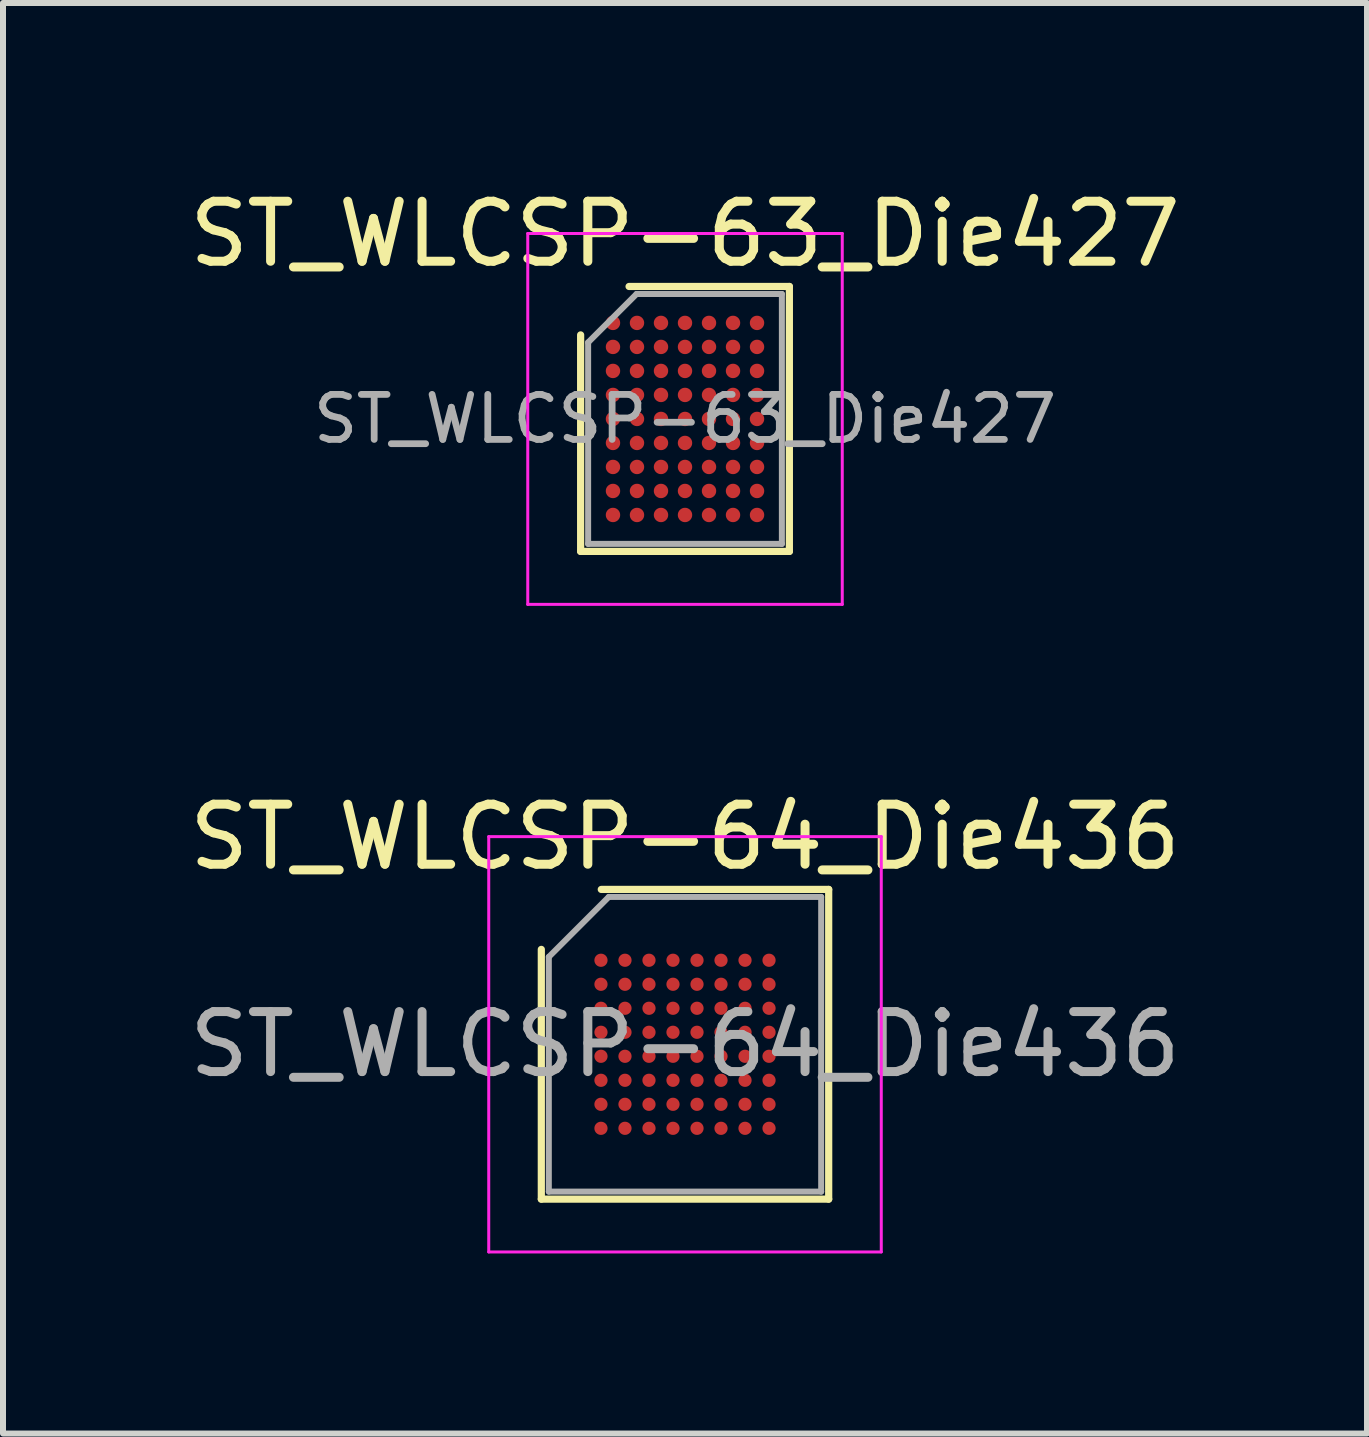
<source format=kicad_pcb>
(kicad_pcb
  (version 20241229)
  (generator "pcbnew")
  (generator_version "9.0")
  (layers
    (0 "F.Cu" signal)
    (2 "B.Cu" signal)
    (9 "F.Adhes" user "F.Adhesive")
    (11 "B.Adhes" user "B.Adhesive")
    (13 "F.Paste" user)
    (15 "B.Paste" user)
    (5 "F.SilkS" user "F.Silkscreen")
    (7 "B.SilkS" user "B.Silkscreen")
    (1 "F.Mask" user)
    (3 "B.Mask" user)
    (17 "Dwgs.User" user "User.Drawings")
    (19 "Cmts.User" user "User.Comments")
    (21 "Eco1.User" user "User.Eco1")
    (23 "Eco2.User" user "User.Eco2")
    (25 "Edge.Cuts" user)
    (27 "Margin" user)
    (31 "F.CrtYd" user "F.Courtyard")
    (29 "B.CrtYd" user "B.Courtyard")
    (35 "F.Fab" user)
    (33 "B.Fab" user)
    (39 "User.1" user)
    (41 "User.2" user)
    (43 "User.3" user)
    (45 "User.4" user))
  (footprint "ST_WLCSP-64_Die436"
    (layer "F.Cu")
    (at 8.363 14.349)
    (property "Reference" "ST_WLCSP-64_Die436" (at 0 -3.455 0) (layer "F.SilkS") (effects (font (size 1 1) (thickness 0.15))))
    (attr smd)
    (fp_line (start -2.394 2.58) (end -2.394 -1.581) (stroke (width 0.12) (type solid)) (layer "F.SilkS"))
    (fp_line (start -1.395 -2.58) (end 2.394 -2.58) (stroke (width 0.12) (type solid)) (layer "F.SilkS"))
    (fp_line (start 2.394 -2.58) (end 2.394 2.58) (stroke (width 0.12) (type solid)) (layer "F.SilkS"))
    (fp_line (start 2.394 2.58) (end -2.394 2.58) (stroke (width 0.12) (type solid)) (layer "F.SilkS"))
    (fp_line (start -3.27 -3.46) (end -3.27 3.46) (stroke (width 0.05) (type solid)) (layer "F.CrtYd"))
    (fp_line (start -3.27 3.46) (end 3.27 3.46) (stroke (width 0.05) (type solid)) (layer "F.CrtYd"))
    (fp_line (start 3.27 -3.46) (end -3.27 -3.46) (stroke (width 0.05) (type solid)) (layer "F.CrtYd"))
    (fp_line (start 3.27 3.46) (end 3.27 -3.46) (stroke (width 0.05) (type solid)) (layer "F.CrtYd"))
    (fp_line (start -2.269 -1.456) (end -1.27 -2.455) (stroke (width 0.1) (type solid)) (layer "F.Fab"))
    (fp_line (start -2.269 2.455) (end -2.269 -1.456) (stroke (width 0.1) (type solid)) (layer "F.Fab"))
    (fp_line (start -1.27 -2.455) (end 2.269 -2.455) (stroke (width 0.1) (type solid)) (layer "F.Fab"))
    (fp_line (start 2.269 -2.455) (end 2.269 2.455) (stroke (width 0.1) (type solid)) (layer "F.Fab"))
    (fp_line (start 2.269 2.455) (end -2.269 2.455) (stroke (width 0.1) (type solid)) (layer "F.Fab"))
    (fp_text user "${REFERENCE}" (at 0 0 0) (layer "F.Fab") (effects (font (size 1 1) (thickness 0.15))))
    (pad "A1" smd circle (at -1.4 -1.4) (size 0.22 0.22) (layers "F.Cu" "F.Mask" "F.Paste"))
    (pad "A2" smd circle (at -1 -1.4) (size 0.22 0.22) (layers "F.Cu" "F.Mask" "F.Paste"))
    (pad "A3" smd circle (at -0.6 -1.4) (size 0.22 0.22) (layers "F.Cu" "F.Mask" "F.Paste"))
    (pad "A4" smd circle (at -0.2 -1.4) (size 0.22 0.22) (layers "F.Cu" "F.Mask" "F.Paste"))
    (pad "A5" smd circle (at 0.2 -1.4) (size 0.22 0.22) (layers "F.Cu" "F.Mask" "F.Paste"))
    (pad "A6" smd circle (at 0.6 -1.4) (size 0.22 0.22) (layers "F.Cu" "F.Mask" "F.Paste"))
    (pad "A7" smd circle (at 1 -1.4) (size 0.22 0.22) (layers "F.Cu" "F.Mask" "F.Paste"))
    (pad "A8" smd circle (at 1.4 -1.4) (size 0.22 0.22) (layers "F.Cu" "F.Mask" "F.Paste"))
    (pad "B1" smd circle (at -1.4 -1) (size 0.22 0.22) (layers "F.Cu" "F.Mask" "F.Paste"))
    (pad "B2" smd circle (at -1 -1) (size 0.22 0.22) (layers "F.Cu" "F.Mask" "F.Paste"))
    (pad "B3" smd circle (at -0.6 -1) (size 0.22 0.22) (layers "F.Cu" "F.Mask" "F.Paste"))
    (pad "B4" smd circle (at -0.2 -1) (size 0.22 0.22) (layers "F.Cu" "F.Mask" "F.Paste"))
    (pad "B5" smd circle (at 0.2 -1) (size 0.22 0.22) (layers "F.Cu" "F.Mask" "F.Paste"))
    (pad "B6" smd circle (at 0.6 -1) (size 0.22 0.22) (layers "F.Cu" "F.Mask" "F.Paste"))
    (pad "B7" smd circle (at 1 -1) (size 0.22 0.22) (layers "F.Cu" "F.Mask" "F.Paste"))
    (pad "B8" smd circle (at 1.4 -1) (size 0.22 0.22) (layers "F.Cu" "F.Mask" "F.Paste"))
    (pad "C1" smd circle (at -1.4 -0.6) (size 0.22 0.22) (layers "F.Cu" "F.Mask" "F.Paste"))
    (pad "C2" smd circle (at -1 -0.6) (size 0.22 0.22) (layers "F.Cu" "F.Mask" "F.Paste"))
    (pad "C3" smd circle (at -0.6 -0.6) (size 0.22 0.22) (layers "F.Cu" "F.Mask" "F.Paste"))
    (pad "C4" smd circle (at -0.2 -0.6) (size 0.22 0.22) (layers "F.Cu" "F.Mask" "F.Paste"))
    (pad "C5" smd circle (at 0.2 -0.6) (size 0.22 0.22) (layers "F.Cu" "F.Mask" "F.Paste"))
    (pad "C6" smd circle (at 0.6 -0.6) (size 0.22 0.22) (layers "F.Cu" "F.Mask" "F.Paste"))
    (pad "C7" smd circle (at 1 -0.6) (size 0.22 0.22) (layers "F.Cu" "F.Mask" "F.Paste"))
    (pad "C8" smd circle (at 1.4 -0.6) (size 0.22 0.22) (layers "F.Cu" "F.Mask" "F.Paste"))
    (pad "D1" smd circle (at -1.4 -0.2) (size 0.22 0.22) (layers "F.Cu" "F.Mask" "F.Paste"))
    (pad "D2" smd circle (at -1 -0.2) (size 0.22 0.22) (layers "F.Cu" "F.Mask" "F.Paste"))
    (pad "D3" smd circle (at -0.6 -0.2) (size 0.22 0.22) (layers "F.Cu" "F.Mask" "F.Paste"))
    (pad "D4" smd circle (at -0.2 -0.2) (size 0.22 0.22) (layers "F.Cu" "F.Mask" "F.Paste"))
    (pad "D5" smd circle (at 0.2 -0.2) (size 0.22 0.22) (layers "F.Cu" "F.Mask" "F.Paste"))
    (pad "D6" smd circle (at 0.6 -0.2) (size 0.22 0.22) (layers "F.Cu" "F.Mask" "F.Paste"))
    (pad "D7" smd circle (at 1 -0.2) (size 0.22 0.22) (layers "F.Cu" "F.Mask" "F.Paste"))
    (pad "D8" smd circle (at 1.4 -0.2) (size 0.22 0.22) (layers "F.Cu" "F.Mask" "F.Paste"))
    (pad "E1" smd circle (at -1.4 0.2) (size 0.22 0.22) (layers "F.Cu" "F.Mask" "F.Paste"))
    (pad "E2" smd circle (at -1 0.2) (size 0.22 0.22) (layers "F.Cu" "F.Mask" "F.Paste"))
    (pad "E3" smd circle (at -0.6 0.2) (size 0.22 0.22) (layers "F.Cu" "F.Mask" "F.Paste"))
    (pad "E4" smd circle (at -0.2 0.2) (size 0.22 0.22) (layers "F.Cu" "F.Mask" "F.Paste"))
    (pad "E5" smd circle (at 0.2 0.2) (size 0.22 0.22) (layers "F.Cu" "F.Mask" "F.Paste"))
    (pad "E6" smd circle (at 0.6 0.2) (size 0.22 0.22) (layers "F.Cu" "F.Mask" "F.Paste"))
    (pad "E7" smd circle (at 1 0.2) (size 0.22 0.22) (layers "F.Cu" "F.Mask" "F.Paste"))
    (pad "E8" smd circle (at 1.4 0.2) (size 0.22 0.22) (layers "F.Cu" "F.Mask" "F.Paste"))
    (pad "F1" smd circle (at -1.4 0.6) (size 0.22 0.22) (layers "F.Cu" "F.Mask" "F.Paste"))
    (pad "F2" smd circle (at -1 0.6) (size 0.22 0.22) (layers "F.Cu" "F.Mask" "F.Paste"))
    (pad "F3" smd circle (at -0.6 0.6) (size 0.22 0.22) (layers "F.Cu" "F.Mask" "F.Paste"))
    (pad "F4" smd circle (at -0.2 0.6) (size 0.22 0.22) (layers "F.Cu" "F.Mask" "F.Paste"))
    (pad "F5" smd circle (at 0.2 0.6) (size 0.22 0.22) (layers "F.Cu" "F.Mask" "F.Paste"))
    (pad "F6" smd circle (at 0.6 0.6) (size 0.22 0.22) (layers "F.Cu" "F.Mask" "F.Paste"))
    (pad "F7" smd circle (at 1 0.6) (size 0.22 0.22) (layers "F.Cu" "F.Mask" "F.Paste"))
    (pad "F8" smd circle (at 1.4 0.6) (size 0.22 0.22) (layers "F.Cu" "F.Mask" "F.Paste"))
    (pad "G1" smd circle (at -1.4 1) (size 0.22 0.22) (layers "F.Cu" "F.Mask" "F.Paste"))
    (pad "G2" smd circle (at -1 1) (size 0.22 0.22) (layers "F.Cu" "F.Mask" "F.Paste"))
    (pad "G3" smd circle (at -0.6 1) (size 0.22 0.22) (layers "F.Cu" "F.Mask" "F.Paste"))
    (pad "G4" smd circle (at -0.2 1) (size 0.22 0.22) (layers "F.Cu" "F.Mask" "F.Paste"))
    (pad "G5" smd circle (at 0.2 1) (size 0.22 0.22) (layers "F.Cu" "F.Mask" "F.Paste"))
    (pad "G6" smd circle (at 0.6 1) (size 0.22 0.22) (layers "F.Cu" "F.Mask" "F.Paste"))
    (pad "G7" smd circle (at 1 1) (size 0.22 0.22) (layers "F.Cu" "F.Mask" "F.Paste"))
    (pad "G8" smd circle (at 1.4 1) (size 0.22 0.22) (layers "F.Cu" "F.Mask" "F.Paste"))
    (pad "H1" smd circle (at -1.4 1.4) (size 0.22 0.22) (layers "F.Cu" "F.Mask" "F.Paste"))
    (pad "H2" smd circle (at -1 1.4) (size 0.22 0.22) (layers "F.Cu" "F.Mask" "F.Paste"))
    (pad "H3" smd circle (at -0.6 1.4) (size 0.22 0.22) (layers "F.Cu" "F.Mask" "F.Paste"))
    (pad "H4" smd circle (at -0.2 1.4) (size 0.22 0.22) (layers "F.Cu" "F.Mask" "F.Paste"))
    (pad "H5" smd circle (at 0.2 1.4) (size 0.22 0.22) (layers "F.Cu" "F.Mask" "F.Paste"))
    (pad "H6" smd circle (at 0.6 1.4) (size 0.22 0.22) (layers "F.Cu" "F.Mask" "F.Paste"))
    (pad "H7" smd circle (at 1 1.4) (size 0.22 0.22) (layers "F.Cu" "F.Mask" "F.Paste"))
    (pad "H8" smd circle (at 1.4 1.4) (size 0.22 0.22) (layers "F.Cu" "F.Mask" "F.Paste")))
  (footprint "ST_WLCSP-63_Die427"
    (layer "F.Cu")
    (at 8.363 3.93)
    (property "Reference" "ST_WLCSP-63_Die427" (at 0 -3.082 0) (layer "F.SilkS") (effects (font (size 1 1) (thickness 0.15))))
    (attr smd)
    (fp_line (start -1.739 2.207) (end -1.739 -1.4) (stroke (width 0.12) (type solid)) (layer "F.SilkS"))
    (fp_line (start -0.932 -2.207) (end 1.739 -2.207) (stroke (width 0.12) (type solid)) (layer "F.SilkS"))
    (fp_line (start 1.739 -2.207) (end 1.739 2.207) (stroke (width 0.12) (type solid)) (layer "F.SilkS"))
    (fp_line (start 1.739 2.207) (end -1.739 2.207) (stroke (width 0.12) (type solid)) (layer "F.SilkS"))
    (fp_line (start -2.62 -3.09) (end -2.62 3.09) (stroke (width 0.05) (type solid)) (layer "F.CrtYd"))
    (fp_line (start -2.62 3.09) (end 2.62 3.09) (stroke (width 0.05) (type solid)) (layer "F.CrtYd"))
    (fp_line (start 2.62 -3.09) (end -2.62 -3.09) (stroke (width 0.05) (type solid)) (layer "F.CrtYd"))
    (fp_line (start 2.62 3.09) (end 2.62 -3.09) (stroke (width 0.05) (type solid)) (layer "F.CrtYd"))
    (fp_line (start -1.614 -1.275) (end -0.807 -2.082) (stroke (width 0.1) (type solid)) (layer "F.Fab"))
    (fp_line (start -1.614 2.082) (end -1.614 -1.275) (stroke (width 0.1) (type solid)) (layer "F.Fab"))
    (fp_line (start -0.807 -2.082) (end 1.614 -2.082) (stroke (width 0.1) (type solid)) (layer "F.Fab"))
    (fp_line (start 1.614 -2.082) (end 1.614 2.082) (stroke (width 0.1) (type solid)) (layer "F.Fab"))
    (fp_line (start 1.614 2.082) (end -1.614 2.082) (stroke (width 0.1) (type solid)) (layer "F.Fab"))
    (fp_text user "${REFERENCE}" (at 0 0 0) (layer "F.Fab") (effects (font (size 0.75 0.75) (thickness 0.113))))
    (pad "A1" smd circle (at -1.2 -1.6) (size 0.24 0.24) (layers "F.Cu" "F.Mask" "F.Paste"))
    (pad "A2" smd circle (at -0.8 -1.6) (size 0.24 0.24) (layers "F.Cu" "F.Mask" "F.Paste"))
    (pad "A3" smd circle (at -0.4 -1.6) (size 0.24 0.24) (layers "F.Cu" "F.Mask" "F.Paste"))
    (pad "A4" smd circle (at 0 -1.6) (size 0.24 0.24) (layers "F.Cu" "F.Mask" "F.Paste"))
    (pad "A5" smd circle (at 0.4 -1.6) (size 0.24 0.24) (layers "F.Cu" "F.Mask" "F.Paste"))
    (pad "A6" smd circle (at 0.8 -1.6) (size 0.24 0.24) (layers "F.Cu" "F.Mask" "F.Paste"))
    (pad "A7" smd circle (at 1.2 -1.6) (size 0.24 0.24) (layers "F.Cu" "F.Mask" "F.Paste"))
    (pad "B1" smd circle (at -1.2 -1.2) (size 0.24 0.24) (layers "F.Cu" "F.Mask" "F.Paste"))
    (pad "B2" smd circle (at -0.8 -1.2) (size 0.24 0.24) (layers "F.Cu" "F.Mask" "F.Paste"))
    (pad "B3" smd circle (at -0.4 -1.2) (size 0.24 0.24) (layers "F.Cu" "F.Mask" "F.Paste"))
    (pad "B4" smd circle (at 0 -1.2) (size 0.24 0.24) (layers "F.Cu" "F.Mask" "F.Paste"))
    (pad "B5" smd circle (at 0.4 -1.2) (size 0.24 0.24) (layers "F.Cu" "F.Mask" "F.Paste"))
    (pad "B6" smd circle (at 0.8 -1.2) (size 0.24 0.24) (layers "F.Cu" "F.Mask" "F.Paste"))
    (pad "B7" smd circle (at 1.2 -1.2) (size 0.24 0.24) (layers "F.Cu" "F.Mask" "F.Paste"))
    (pad "C1" smd circle (at -1.2 -0.8) (size 0.24 0.24) (layers "F.Cu" "F.Mask" "F.Paste"))
    (pad "C2" smd circle (at -0.8 -0.8) (size 0.24 0.24) (layers "F.Cu" "F.Mask" "F.Paste"))
    (pad "C3" smd circle (at -0.4 -0.8) (size 0.24 0.24) (layers "F.Cu" "F.Mask" "F.Paste"))
    (pad "C4" smd circle (at 0 -0.8) (size 0.24 0.24) (layers "F.Cu" "F.Mask" "F.Paste"))
    (pad "C5" smd circle (at 0.4 -0.8) (size 0.24 0.24) (layers "F.Cu" "F.Mask" "F.Paste"))
    (pad "C6" smd circle (at 0.8 -0.8) (size 0.24 0.24) (layers "F.Cu" "F.Mask" "F.Paste"))
    (pad "C7" smd circle (at 1.2 -0.8) (size 0.24 0.24) (layers "F.Cu" "F.Mask" "F.Paste"))
    (pad "D1" smd circle (at -1.2 -0.4) (size 0.24 0.24) (layers "F.Cu" "F.Mask" "F.Paste"))
    (pad "D2" smd circle (at -0.8 -0.4) (size 0.24 0.24) (layers "F.Cu" "F.Mask" "F.Paste"))
    (pad "D3" smd circle (at -0.4 -0.4) (size 0.24 0.24) (layers "F.Cu" "F.Mask" "F.Paste"))
    (pad "D4" smd circle (at 0 -0.4) (size 0.24 0.24) (layers "F.Cu" "F.Mask" "F.Paste"))
    (pad "D5" smd circle (at 0.4 -0.4) (size 0.24 0.24) (layers "F.Cu" "F.Mask" "F.Paste"))
    (pad "D6" smd circle (at 0.8 -0.4) (size 0.24 0.24) (layers "F.Cu" "F.Mask" "F.Paste"))
    (pad "D7" smd circle (at 1.2 -0.4) (size 0.24 0.24) (layers "F.Cu" "F.Mask" "F.Paste"))
    (pad "E1" smd circle (at -1.2 0) (size 0.24 0.24) (layers "F.Cu" "F.Mask" "F.Paste"))
    (pad "E2" smd circle (at -0.8 0) (size 0.24 0.24) (layers "F.Cu" "F.Mask" "F.Paste"))
    (pad "E3" smd circle (at -0.4 0) (size 0.24 0.24) (layers "F.Cu" "F.Mask" "F.Paste"))
    (pad "E4" smd circle (at 0 0) (size 0.24 0.24) (layers "F.Cu" "F.Mask" "F.Paste"))
    (pad "E5" smd circle (at 0.4 0) (size 0.24 0.24) (layers "F.Cu" "F.Mask" "F.Paste"))
    (pad "E6" smd circle (at 0.8 0) (size 0.24 0.24) (layers "F.Cu" "F.Mask" "F.Paste"))
    (pad "E7" smd circle (at 1.2 0) (size 0.24 0.24) (layers "F.Cu" "F.Mask" "F.Paste"))
    (pad "F1" smd circle (at -1.2 0.4) (size 0.24 0.24) (layers "F.Cu" "F.Mask" "F.Paste"))
    (pad "F2" smd circle (at -0.8 0.4) (size 0.24 0.24) (layers "F.Cu" "F.Mask" "F.Paste"))
    (pad "F3" smd circle (at -0.4 0.4) (size 0.24 0.24) (layers "F.Cu" "F.Mask" "F.Paste"))
    (pad "F4" smd circle (at 0 0.4) (size 0.24 0.24) (layers "F.Cu" "F.Mask" "F.Paste"))
    (pad "F5" smd circle (at 0.4 0.4) (size 0.24 0.24) (layers "F.Cu" "F.Mask" "F.Paste"))
    (pad "F6" smd circle (at 0.8 0.4) (size 0.24 0.24) (layers "F.Cu" "F.Mask" "F.Paste"))
    (pad "F7" smd circle (at 1.2 0.4) (size 0.24 0.24) (layers "F.Cu" "F.Mask" "F.Paste"))
    (pad "G1" smd circle (at -1.2 0.8) (size 0.24 0.24) (layers "F.Cu" "F.Mask" "F.Paste"))
    (pad "G2" smd circle (at -0.8 0.8) (size 0.24 0.24) (layers "F.Cu" "F.Mask" "F.Paste"))
    (pad "G3" smd circle (at -0.4 0.8) (size 0.24 0.24) (layers "F.Cu" "F.Mask" "F.Paste"))
    (pad "G4" smd circle (at 0 0.8) (size 0.24 0.24) (layers "F.Cu" "F.Mask" "F.Paste"))
    (pad "G5" smd circle (at 0.4 0.8) (size 0.24 0.24) (layers "F.Cu" "F.Mask" "F.Paste"))
    (pad "G6" smd circle (at 0.8 0.8) (size 0.24 0.24) (layers "F.Cu" "F.Mask" "F.Paste"))
    (pad "G7" smd circle (at 1.2 0.8) (size 0.24 0.24) (layers "F.Cu" "F.Mask" "F.Paste"))
    (pad "H1" smd circle (at -1.2 1.2) (size 0.24 0.24) (layers "F.Cu" "F.Mask" "F.Paste"))
    (pad "H2" smd circle (at -0.8 1.2) (size 0.24 0.24) (layers "F.Cu" "F.Mask" "F.Paste"))
    (pad "H3" smd circle (at -0.4 1.2) (size 0.24 0.24) (layers "F.Cu" "F.Mask" "F.Paste"))
    (pad "H4" smd circle (at 0 1.2) (size 0.24 0.24) (layers "F.Cu" "F.Mask" "F.Paste"))
    (pad "H5" smd circle (at 0.4 1.2) (size 0.24 0.24) (layers "F.Cu" "F.Mask" "F.Paste"))
    (pad "H6" smd circle (at 0.8 1.2) (size 0.24 0.24) (layers "F.Cu" "F.Mask" "F.Paste"))
    (pad "H7" smd circle (at 1.2 1.2) (size 0.24 0.24) (layers "F.Cu" "F.Mask" "F.Paste"))
    (pad "J1" smd circle (at -1.2 1.6) (size 0.24 0.24) (layers "F.Cu" "F.Mask" "F.Paste"))
    (pad "J2" smd circle (at -0.8 1.6) (size 0.24 0.24) (layers "F.Cu" "F.Mask" "F.Paste"))
    (pad "J3" smd circle (at -0.4 1.6) (size 0.24 0.24) (layers "F.Cu" "F.Mask" "F.Paste"))
    (pad "J4" smd circle (at 0 1.6) (size 0.24 0.24) (layers "F.Cu" "F.Mask" "F.Paste"))
    (pad "J5" smd circle (at 0.4 1.6) (size 0.24 0.24) (layers "F.Cu" "F.Mask" "F.Paste"))
    (pad "J6" smd circle (at 0.8 1.6) (size 0.24 0.24) (layers "F.Cu" "F.Mask" "F.Paste"))
    (pad "J7" smd circle (at 1.2 1.6) (size 0.24 0.24) (layers "F.Cu" "F.Mask" "F.Paste")))
  (gr_rect
    (start -3 -3)
    (end 19.726 20.834)
    (stroke (width 0.1) (type default))
    (fill no)
    (layer "Edge.Cuts")))
</source>
